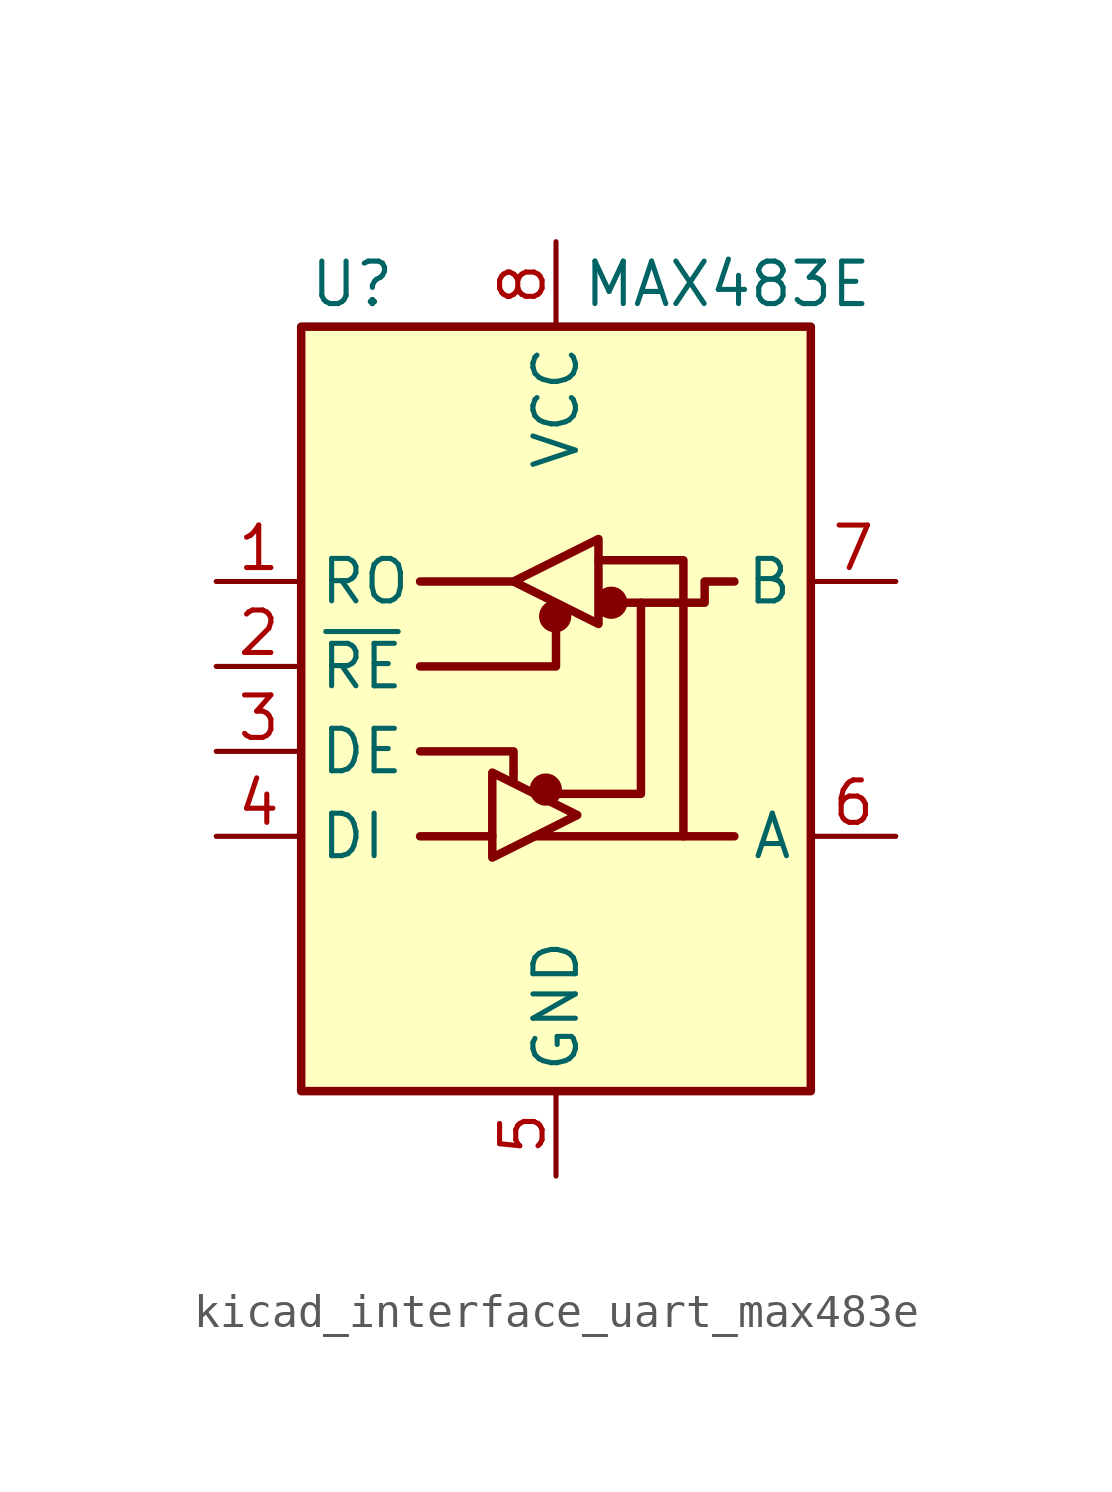
<source format=kicad_sym>
(kicad_symbol_lib
  (version 20220914)
  (generator kicad_symbol_editor)
  (symbol "kicad_interface_uart_max483e"
    (property "Reference" "U"
      (at -6.096 11.43 0)
      (effects (font (size 1.27 1.27))))
    (property "Value" "MAX483E"
      (at 0.762 11.43 0)
      (effects (font (size 1.27 1.27)) (justify left)))
    (symbol "kicad_interface_uart_max483e_0_1"
      (rectangle (start -7.62 10.16) (end 7.62 -12.7) (stroke (width 0.254) (type default)) (fill (type background)))
      (circle (center -0.305 -3.683) (radius 0.356) (stroke (width 0.254) (type default)) (fill (type outline)))
      (circle (center -0.025 1.499) (radius 0.356) (stroke (width 0.254) (type default)) (fill (type outline)))
      (polyline (pts (xy -4.064 -5.08) (xy -1.905 -5.08)) (stroke (width 0.254) (type default)) (fill (type none)))
      (polyline (pts (xy -4.064 2.54) (xy -1.27 2.54)) (stroke (width 0.254) (type default)) (fill (type none)))
      (polyline (pts (xy -1.27 -3.2) (xy -1.27 -3.454)) (stroke (width 0.254) (type default)) (fill (type none)))
      (polyline (pts (xy -0.635 -5.08) (xy 5.334 -5.08)) (stroke (width 0.254) (type default)) (fill (type none)))
      (polyline (pts (xy -4.064 -2.54) (xy -1.27 -2.54) (xy -1.27 -3.175)) (stroke (width 0.254) (type default)) (fill (type none)))
      (polyline (pts (xy 0 1.27) (xy 0 0) (xy -4.064 0)) (stroke (width 0.254) (type default)) (fill (type none)))
      (polyline (pts (xy 1.27 3.175) (xy 3.81 3.175) (xy 3.81 -5.08)) (stroke (width 0.254) (type default)) (fill (type none)))
      (polyline (pts (xy 2.54 1.905) (xy 2.54 -3.81) (xy 0 -3.81)) (stroke (width 0.254) (type default)) (fill (type none)))
      (polyline (pts (xy -1.905 -3.175) (xy -1.905 -5.715) (xy 0.635 -4.445) (xy -1.905 -3.175)) (stroke (width 0.254) (type default)) (fill (type none)))
      (polyline (pts (xy -1.27 2.54) (xy 1.27 3.81) (xy 1.27 1.27) (xy -1.27 2.54)) (stroke (width 0.254) (type default)) (fill (type none)))
      (polyline (pts (xy 1.905 1.905) (xy 4.445 1.905) (xy 4.445 2.54) (xy 5.334 2.54)) (stroke (width 0.254) (type default)) (fill (type none)))
      (rectangle (start 1.27 3.175) (end 1.27 3.175) (stroke (width 0) (type default)) (fill (type none)))
      (circle (center 1.651 1.905) (radius 0.356) (stroke (width 0.254) (type default)) (fill (type outline))))
    (symbol "kicad_interface_uart_max483e_1_1"
      (pin output line (at -10.16 2.54 0) (length 2.54) (name "RO" (effects (font (size 1.27 1.27)))) (number "1" (effects (font (size 1.27 1.27)))))
      (pin input line (at -10.16 0 0) (length 2.54) (name "~{RE}" (effects (font (size 1.27 1.27)))) (number "2" (effects (font (size 1.27 1.27)))))
      (pin input line (at -10.16 -2.54 0) (length 2.54) (name "DE" (effects (font (size 1.27 1.27)))) (number "3" (effects (font (size 1.27 1.27)))))
      (pin input line (at -10.16 -5.08 0) (length 2.54) (name "DI" (effects (font (size 1.27 1.27)))) (number "4" (effects (font (size 1.27 1.27)))))
      (pin power_in line (at 0 -15.24 90) (length 2.54) (name "GND" (effects (font (size 1.27 1.27)))) (number "5" (effects (font (size 1.27 1.27)))))
      (pin bidirectional line (at 10.16 -5.08 180) (length 2.54) (name "A" (effects (font (size 1.27 1.27)))) (number "6" (effects (font (size 1.27 1.27)))))
      (pin bidirectional line (at 10.16 2.54 180) (length 2.54) (name "B" (effects (font (size 1.27 1.27)))) (number "7" (effects (font (size 1.27 1.27)))))
      (pin power_in line (at 0 12.7 270) (length 2.54) (name "VCC" (effects (font (size 1.27 1.27)))) (number "8" (effects (font (size 1.27 1.27))))))))
</source>
